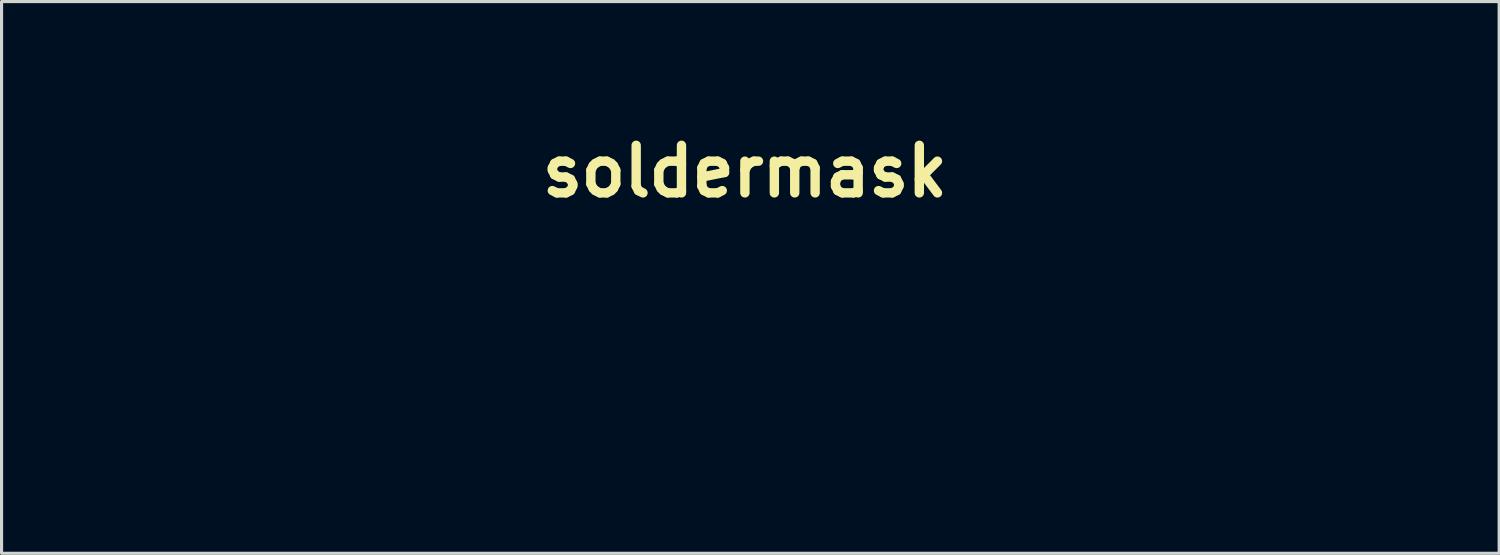
<source format=kicad_pcb>
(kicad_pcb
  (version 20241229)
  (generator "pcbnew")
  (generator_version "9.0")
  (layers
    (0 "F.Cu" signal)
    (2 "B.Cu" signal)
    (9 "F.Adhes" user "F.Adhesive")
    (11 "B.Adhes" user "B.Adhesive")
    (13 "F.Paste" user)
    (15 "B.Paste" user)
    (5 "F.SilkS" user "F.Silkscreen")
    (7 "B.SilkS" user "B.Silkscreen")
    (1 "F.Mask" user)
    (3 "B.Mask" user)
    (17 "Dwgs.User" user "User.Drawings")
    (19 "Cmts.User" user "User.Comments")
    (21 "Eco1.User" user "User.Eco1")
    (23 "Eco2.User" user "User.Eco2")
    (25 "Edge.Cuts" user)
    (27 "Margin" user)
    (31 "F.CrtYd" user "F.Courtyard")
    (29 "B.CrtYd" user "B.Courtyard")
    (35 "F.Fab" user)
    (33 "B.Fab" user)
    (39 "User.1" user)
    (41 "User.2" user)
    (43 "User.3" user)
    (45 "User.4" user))
  (footprint "soldermask"
    (layer "F.Cu")
    (at 20.815 2.44)
    (property "Reference" "soldermask" (at 0 0 0) (layer "F.SilkS") (effects (font (size 1.524 1.524) (thickness 0.3))))
    (attr through_hole)
    (fp_poly (pts (xy -3.802 -2.337) (xy -3.712 -2.03) (xy -3.637 -1.726) (xy -3.576 -1.418) (xy -3.529 -1.101) (xy -3.509 -0.937) (xy -3.503 -0.867) (xy -3.498 -0.78) (xy -3.494 -0.679) (xy -3.49 -0.569) (xy -3.487 -0.452) (xy -3.486 -0.334) (xy -3.485 -0.217) (xy -3.485 -0.107) (xy -3.487 -0.005) (xy -3.49 0.083) (xy -3.493 0.143) (xy -3.523 0.471) (xy -3.566 0.785) (xy -3.612 1.038) (xy -3.637 1.154) (xy -3.666 1.278) (xy -3.698 1.404) (xy -3.732 1.529) (xy -3.766 1.646) (xy -3.799 1.753) (xy -3.83 1.844) (xy -3.834 1.856) (xy -3.857 1.916) (xy -5.548 1.916) (xy -5.548 -2.435) (xy -3.834 -2.435) (xy -3.802 -2.337)) (stroke (width 0.01) (type solid)) (fill yes) (layer "F.Mask"))
    (fp_poly (pts (xy 18.574 8.088) (xy 18.679 8.114) (xy 18.774 8.156) (xy 18.858 8.213) (xy 18.93 8.282) (xy 18.986 8.362) (xy 19.027 8.452) (xy 19.051 8.551) (xy 19.055 8.656) (xy 19.054 8.672) (xy 19.036 8.776) (xy 19 8.872) (xy 18.948 8.96) (xy 18.881 9.036) (xy 18.802 9.1) (xy 18.712 9.15) (xy 18.614 9.185) (xy 18.51 9.204) (xy 18.401 9.203) (xy 18.375 9.2) (xy 18.266 9.176) (xy 18.166 9.133) (xy 18.077 9.074) (xy 18.001 9) (xy 17.94 8.912) (xy 17.896 8.817) (xy 17.876 8.736) (xy 17.868 8.646) (xy 17.873 8.555) (xy 17.889 8.47) (xy 17.892 8.458) (xy 17.933 8.364) (xy 17.99 8.281) (xy 18.062 8.211) (xy 18.147 8.155) (xy 18.244 8.113) (xy 18.35 8.087) (xy 18.46 8.079) (xy 18.574 8.088)) (stroke (width 0.01) (type solid)) (fill yes) (layer "F.Mask"))
    (fp_poly (pts (xy -1.651 5.279) (xy -1.543 5.302) (xy -1.445 5.343) (xy -1.355 5.404) (xy -1.302 5.451) (xy -1.233 5.534) (xy -1.183 5.622) (xy -1.152 5.715) (xy -1.138 5.809) (xy -1.141 5.904) (xy -1.16 5.996) (xy -1.195 6.083) (xy -1.245 6.164) (xy -1.309 6.237) (xy -1.388 6.298) (xy -1.479 6.346) (xy -1.578 6.379) (xy -1.654 6.39) (xy -1.74 6.394) (xy -1.827 6.389) (xy -1.905 6.376) (xy -1.913 6.374) (xy -2.005 6.343) (xy -2.083 6.302) (xy -2.154 6.246) (xy -2.161 6.24) (xy -2.227 6.164) (xy -2.275 6.079) (xy -2.305 5.983) (xy -2.318 5.876) (xy -2.319 5.844) (xy -2.31 5.732) (xy -2.283 5.631) (xy -2.238 5.54) (xy -2.174 5.458) (xy -2.17 5.454) (xy -2.089 5.382) (xy -2.001 5.329) (xy -1.904 5.294) (xy -1.795 5.277) (xy -1.768 5.275) (xy -1.651 5.279)) (stroke (width 0.01) (type solid)) (fill yes) (layer "F.Mask"))
    (fp_poly (pts (xy 9.39 3.612) (xy 9.46 3.618) (xy 9.512 3.627) (xy 9.609 3.663) (xy 9.7 3.716) (xy 9.782 3.785) (xy 9.85 3.866) (xy 9.859 3.88) (xy 9.906 3.97) (xy 9.935 4.068) (xy 9.946 4.17) (xy 9.939 4.271) (xy 9.914 4.369) (xy 9.871 4.46) (xy 9.863 4.472) (xy 9.801 4.55) (xy 9.723 4.616) (xy 9.634 4.668) (xy 9.534 4.705) (xy 9.428 4.727) (xy 9.318 4.732) (xy 9.207 4.72) (xy 9.192 4.716) (xy 9.089 4.684) (xy 8.998 4.636) (xy 8.921 4.572) (xy 8.859 4.495) (xy 8.813 4.406) (xy 8.793 4.346) (xy 8.785 4.302) (xy 8.78 4.244) (xy 8.777 4.182) (xy 8.777 4.174) (xy 8.778 4.115) (xy 8.783 4.068) (xy 8.791 4.026) (xy 8.804 3.984) (xy 8.848 3.884) (xy 8.908 3.797) (xy 8.983 3.726) (xy 9.071 3.67) (xy 9.171 3.63) (xy 9.185 3.627) (xy 9.244 3.616) (xy 9.315 3.611) (xy 9.39 3.612)) (stroke (width 0.01) (type solid)) (fill yes) (layer "F.Mask"))
    (fp_poly (pts (xy -17.992 5.852) (xy -17.927 5.859) (xy -17.904 5.864) (xy -17.801 5.9) (xy -17.71 5.953) (xy -17.631 6.021) (xy -17.566 6.103) (xy -17.518 6.197) (xy -17.496 6.264) (xy -17.481 6.359) (xy -17.482 6.461) (xy -17.499 6.564) (xy -17.531 6.66) (xy -17.541 6.681) (xy -17.57 6.729) (xy -17.613 6.781) (xy -17.663 6.832) (xy -17.715 6.876) (xy -17.764 6.907) (xy -17.765 6.908) (xy -17.863 6.947) (xy -17.97 6.969) (xy -18.081 6.976) (xy -18.189 6.965) (xy -18.23 6.956) (xy -18.331 6.919) (xy -18.42 6.865) (xy -18.495 6.795) (xy -18.557 6.71) (xy -18.603 6.611) (xy -18.604 6.607) (xy -18.615 6.574) (xy -18.622 6.542) (xy -18.626 6.505) (xy -18.628 6.459) (xy -18.628 6.4) (xy -18.628 6.34) (xy -18.625 6.295) (xy -18.621 6.261) (xy -18.614 6.231) (xy -18.604 6.201) (xy -18.603 6.199) (xy -18.556 6.102) (xy -18.496 6.021) (xy -18.422 5.955) (xy -18.333 5.903) (xy -18.264 5.875) (xy -18.209 5.862) (xy -18.14 5.853) (xy -18.066 5.85) (xy -17.992 5.852)) (stroke (width 0.01) (type solid)) (fill yes) (layer "F.Mask"))
    (fp_poly (pts (xy -8.23 5.84) (xy -8.185 5.841) (xy -8.151 5.845) (xy -8.12 5.851) (xy -8.089 5.861) (xy -8.068 5.868) (xy -7.97 5.915) (xy -7.885 5.978) (xy -7.815 6.054) (xy -7.761 6.143) (xy -7.724 6.243) (xy -7.724 6.244) (xy -7.713 6.304) (xy -7.709 6.376) (xy -7.71 6.451) (xy -7.718 6.519) (xy -7.724 6.548) (xy -7.759 6.643) (xy -7.813 6.73) (xy -7.882 6.806) (xy -7.964 6.869) (xy -8.057 6.917) (xy -8.128 6.94) (xy -8.18 6.949) (xy -8.244 6.954) (xy -8.314 6.955) (xy -8.381 6.951) (xy -8.439 6.944) (xy -8.458 6.939) (xy -8.561 6.902) (xy -8.653 6.849) (xy -8.731 6.782) (xy -8.796 6.704) (xy -8.845 6.616) (xy -8.877 6.521) (xy -8.891 6.421) (xy -8.887 6.317) (xy -8.877 6.269) (xy -8.844 6.171) (xy -8.792 6.081) (xy -8.723 6.002) (xy -8.64 5.934) (xy -8.544 5.881) (xy -8.502 5.864) (xy -8.47 5.854) (xy -8.44 5.846) (xy -8.406 5.842) (xy -8.363 5.84) (xy -8.305 5.839) (xy -8.29 5.839) (xy -8.23 5.84)) (stroke (width 0.01) (type solid)) (fill yes) (layer "F.Mask"))
    (fp_poly (pts (xy 5.95 1.916) (xy 1.547 1.916) (xy 1.536 1.877) (xy 1.505 1.753) (xy 1.475 1.611) (xy 1.445 1.455) (xy 1.416 1.287) (xy 1.388 1.111) (xy 1.363 0.929) (xy 1.339 0.746) (xy 1.319 0.563) (xy 1.303 0.385) (xy 1.3 0.355) (xy 1.296 0.283) (xy 1.292 0.193) (xy 1.289 0.089) (xy 1.287 -0.027) (xy 1.286 -0.15) (xy 1.286 -0.278) (xy 1.287 -0.407) (xy 1.288 -0.534) (xy 1.291 -0.656) (xy 1.294 -0.768) (xy 1.298 -0.869) (xy 1.303 -0.955) (xy 1.306 -0.995) (xy 1.322 -1.174) (xy 1.343 -1.358) (xy 1.366 -1.54) (xy 1.39 -1.714) (xy 1.409 -1.828) (xy 1.419 -1.884) (xy 1.431 -1.949) (xy 1.444 -2.02) (xy 1.459 -2.094) (xy 1.474 -2.168) (xy 1.488 -2.238) (xy 1.501 -2.301) (xy 1.513 -2.355) (xy 1.523 -2.396) (xy 1.529 -2.421) (xy 1.532 -2.427) (xy 1.543 -2.428) (xy 1.574 -2.429) (xy 1.624 -2.429) (xy 1.692 -2.43) (xy 1.778 -2.431) (xy 1.88 -2.431) (xy 1.998 -2.432) (xy 2.129 -2.433) (xy 2.274 -2.433) (xy 2.431 -2.434) (xy 2.6 -2.434) (xy 2.778 -2.434) (xy 2.967 -2.435) (xy 3.163 -2.435) (xy 3.367 -2.435) (xy 3.577 -2.435) (xy 3.743 -2.435) (xy 5.95 -2.435) (xy 5.95 1.916)) (stroke (width 0.01) (type solid)) (fill yes) (layer "F.Mask"))
    (fp_poly (pts (xy 9.441 5.519) (xy 9.504 5.525) (xy 9.548 5.532) (xy 9.643 5.564) (xy 9.724 5.61) (xy 9.79 5.671) (xy 9.843 5.749) (xy 9.882 5.842) (xy 9.891 5.871) (xy 9.894 5.884) (xy 9.897 5.897) (xy 9.9 5.911) (xy 9.903 5.927) (xy 9.905 5.947) (xy 9.907 5.971) (xy 9.909 6.002) (xy 9.91 6.039) (xy 9.911 6.085) (xy 9.912 6.14) (xy 9.913 6.206) (xy 9.914 6.284) (xy 9.915 6.376) (xy 9.915 6.481) (xy 9.916 6.603) (xy 9.917 6.741) (xy 9.917 6.898) (xy 9.918 7.074) (xy 9.918 7.168) (xy 9.919 7.336) (xy 9.919 7.502) (xy 9.919 7.662) (xy 9.919 7.816) (xy 9.918 7.962) (xy 9.918 8.098) (xy 9.917 8.223) (xy 9.917 8.335) (xy 9.916 8.432) (xy 9.915 8.513) (xy 9.913 8.575) (xy 9.912 8.618) (xy 9.908 8.698) (xy 9.905 8.76) (xy 9.901 8.807) (xy 9.897 8.844) (xy 9.892 8.874) (xy 9.885 8.899) (xy 9.877 8.925) (xy 9.876 8.928) (xy 9.834 9.014) (xy 9.78 9.085) (xy 9.71 9.141) (xy 9.626 9.183) (xy 9.526 9.211) (xy 9.457 9.222) (xy 9.403 9.227) (xy 9.359 9.23) (xy 9.318 9.23) (xy 9.271 9.227) (xy 9.211 9.221) (xy 9.106 9.202) (xy 9.017 9.167) (xy 8.941 9.117) (xy 8.881 9.052) (xy 8.836 8.972) (xy 8.818 8.925) (xy 8.813 8.906) (xy 8.808 8.882) (xy 8.804 8.853) (xy 8.8 8.817) (xy 8.796 8.774) (xy 8.793 8.722) (xy 8.791 8.66) (xy 8.788 8.589) (xy 8.786 8.505) (xy 8.785 8.409) (xy 8.784 8.3) (xy 8.783 8.176) (xy 8.782 8.037) (xy 8.782 7.881) (xy 8.782 7.707) (xy 8.782 7.515) (xy 8.782 7.304) (xy 8.783 7.168) (xy 8.783 6.984) (xy 8.783 6.819) (xy 8.784 6.674) (xy 8.784 6.545) (xy 8.785 6.434) (xy 8.785 6.337) (xy 8.786 6.254) (xy 8.787 6.183) (xy 8.788 6.124) (xy 8.789 6.074) (xy 8.79 6.034) (xy 8.792 6.001) (xy 8.794 5.975) (xy 8.796 5.953) (xy 8.798 5.936) (xy 8.801 5.921) (xy 8.804 5.908) (xy 8.807 5.894) (xy 8.808 5.894) (xy 8.822 5.846) (xy 8.84 5.798) (xy 8.857 5.76) (xy 8.858 5.759) (xy 8.906 5.691) (xy 8.971 5.63) (xy 9.049 5.58) (xy 9.134 5.543) (xy 9.188 5.528) (xy 9.238 5.521) (xy 9.301 5.517) (xy 9.371 5.517) (xy 9.441 5.519)) (stroke (width 0.01) (type solid)) (fill yes) (layer "F.Mask"))
    (fp_poly (pts (xy -10.018 -2.326) (xy -9.921 -2.322) (xy -9.867 -2.316) (xy -9.667 -2.282) (xy -9.472 -2.228) (xy -9.285 -2.155) (xy -9.106 -2.062) (xy -8.937 -1.952) (xy -8.78 -1.824) (xy -8.679 -1.727) (xy -8.587 -1.628) (xy -8.51 -1.535) (xy -8.443 -1.441) (xy -8.382 -1.341) (xy -8.323 -1.23) (xy -8.308 -1.199) (xy -8.256 -1.085) (xy -8.216 -0.98) (xy -8.183 -0.874) (xy -8.157 -0.77) (xy -8.122 -0.566) (xy -8.108 -0.363) (xy -8.114 -0.162) (xy -8.14 0.035) (xy -8.184 0.227) (xy -8.248 0.413) (xy -8.329 0.592) (xy -8.428 0.763) (xy -8.544 0.923) (xy -8.677 1.073) (xy -8.826 1.211) (xy -8.99 1.334) (xy -9.013 1.35) (xy -9.182 1.449) (xy -9.36 1.531) (xy -9.55 1.597) (xy -9.752 1.646) (xy -9.775 1.651) (xy -9.83 1.658) (xy -9.9 1.664) (xy -9.981 1.668) (xy -10.069 1.671) (xy -10.158 1.671) (xy -10.243 1.67) (xy -10.319 1.666) (xy -10.381 1.66) (xy -10.39 1.659) (xy -10.592 1.62) (xy -10.786 1.562) (xy -10.971 1.485) (xy -11.147 1.391) (xy -11.313 1.279) (xy -11.466 1.152) (xy -11.606 1.011) (xy -11.732 0.854) (xy -11.842 0.685) (xy -11.92 0.538) (xy -11.998 0.349) (xy -12.057 0.155) (xy -12.096 -0.043) (xy -12.114 -0.241) (xy -12.113 -0.395) (xy -11.402 -0.395) (xy -11.401 -0.236) (xy -11.381 -0.077) (xy -11.341 0.073) (xy -11.279 0.226) (xy -11.2 0.367) (xy -11.105 0.497) (xy -10.995 0.613) (xy -10.871 0.715) (xy -10.735 0.802) (xy -10.588 0.873) (xy -10.432 0.925) (xy -10.326 0.949) (xy -10.271 0.957) (xy -10.202 0.961) (xy -10.124 0.962) (xy -10.043 0.96) (xy -9.966 0.956) (xy -9.898 0.949) (xy -9.845 0.94) (xy -9.844 0.94) (xy -9.679 0.89) (xy -9.528 0.824) (xy -9.388 0.742) (xy -9.261 0.643) (xy -9.203 0.589) (xy -9.095 0.467) (xy -9.002 0.332) (xy -8.927 0.186) (xy -8.869 0.031) (xy -8.837 -0.098) (xy -8.83 -0.15) (xy -8.825 -0.216) (xy -8.823 -0.291) (xy -8.823 -0.369) (xy -8.826 -0.444) (xy -8.831 -0.509) (xy -8.837 -0.554) (xy -8.879 -0.718) (xy -8.94 -0.871) (xy -9.018 -1.013) (xy -9.115 -1.146) (xy -9.198 -1.237) (xy -9.324 -1.349) (xy -9.458 -1.442) (xy -9.601 -1.515) (xy -9.752 -1.569) (xy -9.91 -1.603) (xy -10.076 -1.617) (xy -10.113 -1.618) (xy -10.276 -1.608) (xy -10.431 -1.58) (xy -10.58 -1.532) (xy -10.725 -1.464) (xy -10.824 -1.405) (xy -10.887 -1.359) (xy -10.956 -1.3) (xy -11.026 -1.231) (xy -11.094 -1.159) (xy -11.155 -1.086) (xy -11.203 -1.019) (xy -11.213 -1.004) (xy -11.288 -0.861) (xy -11.346 -0.71) (xy -11.384 -0.554) (xy -11.402 -0.395) (xy -12.113 -0.395) (xy -12.113 -0.441) (xy -12.092 -0.638) (xy -12.052 -0.834) (xy -11.991 -1.025) (xy -11.912 -1.21) (xy -11.813 -1.389) (xy -11.785 -1.432) (xy -11.663 -1.597) (xy -11.527 -1.748) (xy -11.377 -1.883) (xy -11.215 -2.002) (xy -11.04 -2.104) (xy -10.855 -2.189) (xy -10.66 -2.256) (xy -10.517 -2.291) (xy -10.435 -2.305) (xy -10.338 -2.316) (xy -10.233 -2.323) (xy -10.124 -2.326) (xy -10.018 -2.326)) (stroke (width 0.01) (type solid)) (fill yes) (layer "F.Mask"))
    (fp_poly (pts (xy 10.507 -2.281) (xy 10.574 -2.281) (xy 10.627 -2.279) (xy 10.671 -2.277) (xy 10.708 -2.273) (xy 10.744 -2.268) (xy 10.782 -2.261) (xy 10.821 -2.253) (xy 11.023 -2.199) (xy 11.215 -2.127) (xy 11.397 -2.037) (xy 11.567 -1.932) (xy 11.724 -1.81) (xy 11.868 -1.674) (xy 11.998 -1.524) (xy 12.113 -1.361) (xy 12.211 -1.186) (xy 12.293 -1.001) (xy 12.357 -0.805) (xy 12.39 -0.667) (xy 12.398 -0.625) (xy 12.404 -0.587) (xy 12.408 -0.548) (xy 12.411 -0.505) (xy 12.413 -0.453) (xy 12.414 -0.389) (xy 12.414 -0.309) (xy 12.414 -0.286) (xy 12.414 -0.201) (xy 12.413 -0.133) (xy 12.412 -0.079) (xy 12.409 -0.033) (xy 12.405 0.006) (xy 12.399 0.044) (xy 12.392 0.084) (xy 12.39 0.094) (xy 12.338 0.296) (xy 12.269 0.488) (xy 12.182 0.67) (xy 12.078 0.841) (xy 11.958 0.999) (xy 11.824 1.144) (xy 11.677 1.276) (xy 11.516 1.392) (xy 11.344 1.492) (xy 11.161 1.576) (xy 10.967 1.642) (xy 10.765 1.689) (xy 10.762 1.69) (xy 10.715 1.696) (xy 10.651 1.702) (xy 10.576 1.706) (xy 10.495 1.709) (xy 10.413 1.711) (xy 10.333 1.711) (xy 10.263 1.71) (xy 10.205 1.707) (xy 10.175 1.704) (xy 9.981 1.668) (xy 9.792 1.615) (xy 9.61 1.546) (xy 9.44 1.463) (xy 9.308 1.382) (xy 9.141 1.258) (xy 8.99 1.119) (xy 8.855 0.968) (xy 8.737 0.804) (xy 8.637 0.629) (xy 8.554 0.444) (xy 8.489 0.25) (xy 8.444 0.048) (xy 8.427 -0.068) (xy 8.421 -0.147) (xy 8.418 -0.24) (xy 8.42 -0.323) (xy 9.133 -0.323) (xy 9.133 -0.281) (xy 9.134 -0.209) (xy 9.135 -0.154) (xy 9.138 -0.11) (xy 9.142 -0.073) (xy 9.149 -0.037) (xy 9.158 0.001) (xy 9.161 0.013) (xy 9.215 0.177) (xy 9.286 0.328) (xy 9.373 0.467) (xy 9.475 0.593) (xy 9.592 0.704) (xy 9.721 0.799) (xy 9.864 0.879) (xy 10.018 0.941) (xy 10.091 0.963) (xy 10.224 0.991) (xy 10.365 1.004) (xy 10.508 1.003) (xy 10.631 0.989) (xy 10.79 0.951) (xy 10.94 0.895) (xy 11.081 0.823) (xy 11.21 0.734) (xy 11.327 0.632) (xy 11.431 0.516) (xy 11.52 0.389) (xy 11.593 0.252) (xy 11.65 0.106) (xy 11.688 -0.047) (xy 11.708 -0.207) (xy 11.71 -0.284) (xy 11.7 -0.451) (xy 11.67 -0.612) (xy 11.62 -0.765) (xy 11.551 -0.91) (xy 11.463 -1.047) (xy 11.356 -1.174) (xy 11.356 -1.174) (xy 11.233 -1.288) (xy 11.1 -1.384) (xy 10.958 -1.461) (xy 10.808 -1.519) (xy 10.652 -1.558) (xy 10.489 -1.576) (xy 10.424 -1.578) (xy 10.256 -1.568) (xy 10.095 -1.537) (xy 9.941 -1.488) (xy 9.795 -1.418) (xy 9.657 -1.329) (xy 9.528 -1.22) (xy 9.418 -1.103) (xy 9.325 -0.973) (xy 9.248 -0.83) (xy 9.188 -0.674) (xy 9.162 -0.585) (xy 9.151 -0.542) (xy 9.143 -0.505) (xy 9.138 -0.47) (xy 9.135 -0.431) (xy 9.133 -0.383) (xy 9.133 -0.323) (xy 8.42 -0.323) (xy 8.42 -0.341) (xy 8.425 -0.444) (xy 8.433 -0.541) (xy 8.444 -0.628) (xy 8.448 -0.655) (xy 8.496 -0.851) (xy 8.562 -1.04) (xy 8.646 -1.221) (xy 8.747 -1.391) (xy 8.864 -1.551) (xy 8.996 -1.698) (xy 9.141 -1.831) (xy 9.299 -1.95) (xy 9.469 -2.053) (xy 9.649 -2.139) (xy 9.79 -2.191) (xy 9.877 -2.218) (xy 9.954 -2.239) (xy 10.025 -2.255) (xy 10.096 -2.267) (xy 10.172 -2.275) (xy 10.256 -2.279) (xy 10.353 -2.281) (xy 10.424 -2.281) (xy 10.507 -2.281)) (stroke (width 0.01) (type solid)) (fill yes) (layer "F.Mask"))
    (fp_poly (pts (xy 18.856 3.599) (xy 18.862 3.6) (xy 18.97 3.61) (xy 19.069 3.639) (xy 19.158 3.687) (xy 19.237 3.754) (xy 19.306 3.84) (xy 19.36 3.932) (xy 19.372 3.96) (xy 19.392 4.005) (xy 19.417 4.066) (xy 19.447 4.14) (xy 19.482 4.226) (xy 19.519 4.321) (xy 19.559 4.423) (xy 19.601 4.53) (xy 19.634 4.617) (xy 19.668 4.702) (xy 19.708 4.806) (xy 19.754 4.925) (xy 19.806 5.059) (xy 19.862 5.204) (xy 19.923 5.359) (xy 19.986 5.523) (xy 20.052 5.692) (xy 20.12 5.866) (xy 20.189 6.042) (xy 20.257 6.218) (xy 20.326 6.393) (xy 20.374 6.517) (xy 20.464 6.748) (xy 20.547 6.959) (xy 20.623 7.153) (xy 20.692 7.33) (xy 20.754 7.49) (xy 20.81 7.634) (xy 20.861 7.764) (xy 20.906 7.88) (xy 20.946 7.983) (xy 20.981 8.073) (xy 21.012 8.153) (xy 21.038 8.221) (xy 21.061 8.281) (xy 21.08 8.331) (xy 21.096 8.373) (xy 21.109 8.408) (xy 21.119 8.436) (xy 21.128 8.459) (xy 21.134 8.478) (xy 21.139 8.492) (xy 21.14 8.497) (xy 21.149 8.532) (xy 21.155 8.573) (xy 21.158 8.625) (xy 21.159 8.692) (xy 21.16 8.708) (xy 21.159 8.768) (xy 21.158 8.811) (xy 21.156 8.842) (xy 21.151 8.867) (xy 21.142 8.891) (xy 21.131 8.917) (xy 21.127 8.925) (xy 21.104 8.968) (xy 21.077 9.009) (xy 21.056 9.037) (xy 20.998 9.089) (xy 20.922 9.136) (xy 20.831 9.174) (xy 20.73 9.203) (xy 20.657 9.217) (xy 20.599 9.225) (xy 20.554 9.23) (xy 20.517 9.23) (xy 20.479 9.227) (xy 20.437 9.221) (xy 20.355 9.198) (xy 20.281 9.157) (xy 20.213 9.098) (xy 20.151 9.019) (xy 20.093 8.92) (xy 20.091 8.915) (xy 20.085 8.904) (xy 20.077 8.885) (xy 20.066 8.858) (xy 20.051 8.823) (xy 20.033 8.778) (xy 20.011 8.723) (xy 19.985 8.658) (xy 19.954 8.581) (xy 19.919 8.493) (xy 19.879 8.393) (xy 19.835 8.28) (xy 19.785 8.153) (xy 19.729 8.012) (xy 19.668 7.857) (xy 19.601 7.686) (xy 19.528 7.5) (xy 19.448 7.297) (xy 19.362 7.077) (xy 19.268 6.839) (xy 19.168 6.584) (xy 19.06 6.309) (xy 19.005 6.167) (xy 18.922 5.956) (xy 18.847 5.765) (xy 18.779 5.592) (xy 18.717 5.437) (xy 18.663 5.301) (xy 18.616 5.181) (xy 18.575 5.079) (xy 18.54 4.993) (xy 18.512 4.923) (xy 18.489 4.869) (xy 18.472 4.829) (xy 18.461 4.805) (xy 18.455 4.794) (xy 18.45 4.802) (xy 18.438 4.827) (xy 18.42 4.869) (xy 18.397 4.924) (xy 18.37 4.991) (xy 18.339 5.068) (xy 18.305 5.152) (xy 18.286 5.202) (xy 18.185 5.458) (xy 18.086 5.712) (xy 17.988 5.963) (xy 17.892 6.208) (xy 17.798 6.447) (xy 17.707 6.679) (xy 17.62 6.903) (xy 17.536 7.117) (xy 17.456 7.32) (xy 17.382 7.512) (xy 17.312 7.69) (xy 17.248 7.854) (xy 17.19 8.003) (xy 17.138 8.135) (xy 17.094 8.249) (xy 17.067 8.317) (xy 17.026 8.422) (xy 16.987 8.523) (xy 16.949 8.618) (xy 16.914 8.705) (xy 16.883 8.782) (xy 16.856 8.847) (xy 16.835 8.897) (xy 16.82 8.931) (xy 16.815 8.941) (xy 16.776 9.006) (xy 16.725 9.067) (xy 16.669 9.122) (xy 16.612 9.166) (xy 16.565 9.191) (xy 16.536 9.201) (xy 16.51 9.209) (xy 16.48 9.213) (xy 16.442 9.215) (xy 16.39 9.216) (xy 16.353 9.216) (xy 16.241 9.212) (xy 16.145 9.198) (xy 16.061 9.174) (xy 15.987 9.138) (xy 15.919 9.09) (xy 15.89 9.065) (xy 15.828 8.993) (xy 15.783 8.91) (xy 15.757 8.817) (xy 15.748 8.713) (xy 15.757 8.599) (xy 15.776 8.506) (xy 15.78 8.493) (xy 15.785 8.476) (xy 15.791 8.457) (xy 15.799 8.432) (xy 15.81 8.403) (xy 15.823 8.367) (xy 15.839 8.324) (xy 15.858 8.273) (xy 15.88 8.214) (xy 15.906 8.145) (xy 15.937 8.066) (xy 15.972 7.976) (xy 16.011 7.874) (xy 16.056 7.759) (xy 16.106 7.63) (xy 16.161 7.487) (xy 16.223 7.329) (xy 16.291 7.155) (xy 16.366 6.963) (xy 16.447 6.755) (xy 16.536 6.527) (xy 16.575 6.427) (xy 16.681 6.157) (xy 16.779 5.906) (xy 16.87 5.674) (xy 16.953 5.459) (xy 17.03 5.262) (xy 17.101 5.082) (xy 17.165 4.917) (xy 17.223 4.769) (xy 17.275 4.635) (xy 17.322 4.515) (xy 17.363 4.409) (xy 17.399 4.317) (xy 17.431 4.237) (xy 17.457 4.168) (xy 17.479 4.111) (xy 17.497 4.065) (xy 17.511 4.029) (xy 17.516 4.017) (xy 17.564 3.907) (xy 17.617 3.817) (xy 17.676 3.745) (xy 17.743 3.687) (xy 17.819 3.643) (xy 17.85 3.63) (xy 17.865 3.624) (xy 17.881 3.619) (xy 17.898 3.615) (xy 17.92 3.612) (xy 17.949 3.61) (xy 17.987 3.608) (xy 18.035 3.606) (xy 18.097 3.605) (xy 18.174 3.604) (xy 18.268 3.603) (xy 18.343 3.602) (xy 18.441 3.602) (xy 18.535 3.601) (xy 18.623 3.6) (xy 18.702 3.6) (xy 18.769 3.6) (xy 18.821 3.599) (xy 18.856 3.599)) (stroke (width 0.01) (type solid)) (fill yes) (layer "F.Mask"))
    (fp_poly (pts (xy -7.562 3.583) (xy -7.388 3.584) (xy -7.216 3.586) (xy -7.163 3.587) (xy -7.02 3.588) (xy -6.897 3.59) (xy -6.792 3.592) (xy -6.703 3.594) (xy -6.629 3.595) (xy -6.568 3.597) (xy -6.519 3.599) (xy -6.479 3.601) (xy -6.448 3.603) (xy -6.423 3.605) (xy -6.404 3.608) (xy -6.388 3.612) (xy -6.374 3.616) (xy -6.366 3.618) (xy -6.274 3.657) (xy -6.2 3.708) (xy -6.141 3.772) (xy -6.098 3.85) (xy -6.069 3.944) (xy -6.068 3.947) (xy -6.062 3.994) (xy -6.058 4.055) (xy -6.057 4.125) (xy -6.058 4.196) (xy -6.062 4.263) (xy -6.068 4.318) (xy -6.072 4.34) (xy -6.105 4.436) (xy -6.152 4.518) (xy -6.215 4.585) (xy -6.294 4.639) (xy -6.389 4.678) (xy -6.419 4.687) (xy -6.43 4.69) (xy -6.445 4.692) (xy -6.464 4.694) (xy -6.488 4.696) (xy -6.518 4.698) (xy -6.555 4.7) (xy -6.602 4.701) (xy -6.658 4.703) (xy -6.726 4.704) (xy -6.805 4.705) (xy -6.899 4.706) (xy -7.006 4.707) (xy -7.13 4.708) (xy -7.271 4.709) (xy -7.429 4.71) (xy -7.608 4.711) (xy -7.713 4.712) (xy -7.904 4.713) (xy -8.074 4.714) (xy -8.226 4.715) (xy -8.361 4.716) (xy -8.48 4.717) (xy -8.584 4.718) (xy -8.674 4.719) (xy -8.753 4.721) (xy -8.82 4.723) (xy -8.879 4.725) (xy -8.928 4.728) (xy -8.971 4.731) (xy -9.009 4.735) (xy -9.042 4.739) (xy -9.072 4.744) (xy -9.1 4.75) (xy -9.128 4.756) (xy -9.156 4.764) (xy -9.187 4.772) (xy -9.221 4.781) (xy -9.399 4.84) (xy -9.569 4.917) (xy -9.728 5.01) (xy -9.876 5.119) (xy -10.011 5.242) (xy -10.131 5.379) (xy -10.235 5.527) (xy -10.322 5.686) (xy -10.373 5.805) (xy -10.414 5.92) (xy -10.446 6.043) (xy -10.452 6.071) (xy -10.463 6.137) (xy -10.471 6.217) (xy -10.476 6.307) (xy -10.478 6.402) (xy -10.476 6.495) (xy -10.472 6.582) (xy -10.465 6.658) (xy -10.457 6.702) (xy -10.411 6.882) (xy -10.351 7.048) (xy -10.275 7.201) (xy -10.183 7.345) (xy -10.074 7.481) (xy -9.966 7.592) (xy -9.835 7.705) (xy -9.688 7.806) (xy -9.531 7.893) (xy -9.366 7.964) (xy -9.198 8.017) (xy -9.187 8.019) (xy -9.156 8.027) (xy -9.128 8.034) (xy -9.102 8.04) (xy -9.076 8.046) (xy -9.05 8.05) (xy -9.02 8.054) (xy -8.988 8.058) (xy -8.95 8.061) (xy -8.907 8.064) (xy -8.855 8.066) (xy -8.796 8.068) (xy -8.726 8.07) (xy -8.644 8.071) (xy -8.551 8.072) (xy -8.443 8.073) (xy -8.32 8.074) (xy -8.181 8.075) (xy -8.024 8.076) (xy -7.847 8.077) (xy -7.724 8.078) (xy -7.537 8.079) (xy -7.369 8.08) (xy -7.221 8.081) (xy -7.09 8.082) (xy -6.975 8.083) (xy -6.876 8.084) (xy -6.79 8.085) (xy -6.717 8.086) (xy -6.655 8.087) (xy -6.604 8.088) (xy -6.562 8.09) (xy -6.528 8.091) (xy -6.5 8.093) (xy -6.478 8.095) (xy -6.46 8.098) (xy -6.444 8.1) (xy -6.431 8.103) (xy -6.418 8.107) (xy -6.413 8.108) (xy -6.315 8.142) (xy -6.235 8.188) (xy -6.171 8.246) (xy -6.121 8.318) (xy -6.084 8.406) (xy -6.07 8.452) (xy -6.062 8.5) (xy -6.058 8.561) (xy -6.057 8.632) (xy -6.058 8.705) (xy -6.063 8.777) (xy -6.071 8.84) (xy -6.081 8.891) (xy -6.085 8.905) (xy -6.125 8.992) (xy -6.177 9.062) (xy -6.241 9.116) (xy -6.286 9.142) (xy -6.31 9.154) (xy -6.332 9.163) (xy -6.356 9.172) (xy -6.382 9.179) (xy -6.413 9.184) (xy -6.449 9.189) (xy -6.494 9.193) (xy -6.547 9.195) (xy -6.613 9.197) (xy -6.691 9.199) (xy -6.783 9.2) (xy -6.893 9.2) (xy -7.02 9.201) (xy -7.133 9.201) (xy -7.268 9.201) (xy -7.383 9.201) (xy -7.48 9.201) (xy -7.56 9.202) (xy -7.625 9.203) (xy -7.676 9.204) (xy -7.715 9.205) (xy -7.744 9.207) (xy -7.763 9.209) (xy -7.775 9.211) (xy -7.781 9.214) (xy -7.782 9.217) (xy -7.789 9.23) (xy -7.795 9.231) (xy -7.809 9.23) (xy -7.841 9.229) (xy -7.888 9.227) (xy -7.947 9.225) (xy -8.016 9.223) (xy -8.073 9.221) (xy -8.248 9.215) (xy -8.403 9.21) (xy -8.541 9.204) (xy -8.663 9.199) (xy -8.771 9.194) (xy -8.867 9.188) (xy -8.952 9.182) (xy -9.029 9.175) (xy -9.099 9.168) (xy -9.164 9.16) (xy -9.226 9.152) (xy -9.286 9.142) (xy -9.343 9.132) (xy -9.582 9.077) (xy -9.813 9.004) (xy -10.034 8.912) (xy -10.245 8.803) (xy -10.445 8.676) (xy -10.633 8.532) (xy -10.808 8.371) (xy -10.827 8.352) (xy -10.989 8.172) (xy -11.133 7.98) (xy -11.258 7.778) (xy -11.366 7.566) (xy -11.454 7.343) (xy -11.525 7.111) (xy -11.577 6.869) (xy -11.61 6.618) (xy -11.621 6.44) (xy -11.621 6.199) (xy -11.601 5.965) (xy -11.561 5.738) (xy -11.501 5.518) (xy -11.421 5.304) (xy -11.321 5.097) (xy -11.2 4.897) (xy -11.098 4.752) (xy -10.941 4.561) (xy -10.769 4.386) (xy -10.584 4.226) (xy -10.386 4.082) (xy -10.177 3.955) (xy -9.957 3.845) (xy -9.726 3.753) (xy -9.487 3.679) (xy -9.241 3.624) (xy -9.19 3.616) (xy -9.148 3.611) (xy -9.086 3.606) (xy -9.005 3.601) (xy -8.909 3.597) (xy -8.798 3.594) (xy -8.673 3.591) (xy -8.537 3.588) (xy -8.39 3.586) (xy -8.235 3.584) (xy -8.073 3.583) (xy -7.906 3.582) (xy -7.735 3.582) (xy -7.562 3.583)) (stroke (width 0.01) (type solid)) (fill yes) (layer "F.Mask"))
    (fp_poly (pts (xy -18.748 3.606) (xy -18.513 3.608) (xy -18.295 3.613) (xy -18.095 3.62) (xy -17.911 3.63) (xy -17.744 3.641) (xy -17.591 3.654) (xy -17.453 3.67) (xy -17.328 3.688) (xy -17.253 3.701) (xy -17.031 3.753) (xy -16.813 3.826) (xy -16.602 3.918) (xy -16.398 4.03) (xy -16.201 4.162) (xy -16.169 4.185) (xy -16.102 4.239) (xy -16.027 4.304) (xy -15.948 4.378) (xy -15.869 4.456) (xy -15.795 4.533) (xy -15.729 4.606) (xy -15.694 4.648) (xy -15.548 4.845) (xy -15.42 5.051) (xy -15.311 5.264) (xy -15.222 5.483) (xy -15.151 5.708) (xy -15.101 5.936) (xy -15.07 6.167) (xy -15.059 6.4) (xy -15.069 6.634) (xy -15.1 6.868) (xy -15.103 6.886) (xy -15.156 7.118) (xy -15.228 7.342) (xy -15.318 7.559) (xy -15.428 7.771) (xy -15.559 7.978) (xy -15.658 8.116) (xy -15.706 8.175) (xy -15.767 8.243) (xy -15.836 8.317) (xy -15.91 8.393) (xy -15.984 8.465) (xy -16.055 8.531) (xy -16.119 8.586) (xy -16.146 8.608) (xy -16.353 8.755) (xy -16.564 8.882) (xy -16.781 8.988) (xy -17.004 9.074) (xy -17.232 9.14) (xy -17.466 9.185) (xy -17.705 9.211) (xy -17.754 9.213) (xy -17.823 9.215) (xy -17.908 9.218) (xy -18.009 9.219) (xy -18.123 9.221) (xy -18.249 9.223) (xy -18.384 9.224) (xy -18.526 9.225) (xy -18.674 9.226) (xy -18.826 9.226) (xy -18.979 9.226) (xy -19.131 9.226) (xy -19.282 9.226) (xy -19.428 9.226) (xy -19.568 9.225) (xy -19.699 9.223) (xy -19.799 9.222) (xy -19.924 9.22) (xy -20.029 9.219) (xy -20.117 9.217) (xy -20.189 9.215) (xy -20.247 9.213) (xy -20.294 9.211) (xy -20.331 9.208) (xy -20.36 9.205) (xy -20.382 9.201) (xy -20.401 9.197) (xy -20.505 9.161) (xy -20.593 9.111) (xy -20.665 9.046) (xy -20.723 8.967) (xy -20.767 8.872) (xy -20.792 8.788) (xy -20.794 8.778) (xy -20.796 8.766) (xy -20.798 8.752) (xy -20.799 8.734) (xy -20.801 8.711) (xy -20.802 8.684) (xy -20.803 8.65) (xy -20.804 8.61) (xy -20.805 8.562) (xy -20.806 8.505) (xy -20.807 8.439) (xy -20.808 8.362) (xy -20.808 8.274) (xy -20.809 8.174) (xy -20.809 8.061) (xy -20.809 7.934) (xy -20.81 7.792) (xy -20.81 7.635) (xy -20.81 7.462) (xy -20.81 7.271) (xy -20.81 7.063) (xy -20.81 6.835) (xy -20.81 6.587) (xy -20.81 6.437) (xy -20.81 6.179) (xy -20.81 5.94) (xy -20.81 5.788) (xy -19.681 5.788) (xy -19.681 5.97) (xy -19.681 6.173) (xy -19.681 6.396) (xy -19.681 6.448) (xy -19.677 7.914) (xy -19.652 7.965) (xy -19.613 8.021) (xy -19.56 8.063) (xy -19.505 8.085) (xy -19.485 8.087) (xy -19.446 8.089) (xy -19.39 8.091) (xy -19.319 8.093) (xy -19.235 8.095) (xy -19.14 8.096) (xy -19.035 8.097) (xy -18.924 8.098) (xy -18.808 8.099) (xy -18.688 8.099) (xy -18.568 8.099) (xy -18.448 8.099) (xy -18.332 8.099) (xy -18.22 8.098) (xy -18.116 8.097) (xy -18.021 8.096) (xy -17.937 8.095) (xy -17.866 8.093) (xy -17.81 8.091) (xy -17.777 8.089) (xy -17.621 8.071) (xy -17.474 8.039) (xy -17.33 7.993) (xy -17.184 7.929) (xy -17.14 7.907) (xy -16.983 7.814) (xy -16.835 7.704) (xy -16.7 7.579) (xy -16.578 7.44) (xy -16.47 7.289) (xy -16.378 7.128) (xy -16.304 6.959) (xy -16.248 6.784) (xy -16.224 6.676) (xy -16.213 6.592) (xy -16.206 6.494) (xy -16.205 6.391) (xy -16.209 6.289) (xy -16.217 6.196) (xy -16.224 6.151) (xy -16.267 5.975) (xy -16.329 5.803) (xy -16.41 5.638) (xy -16.507 5.482) (xy -16.62 5.336) (xy -16.748 5.202) (xy -16.888 5.082) (xy -17.039 4.977) (xy -17.197 4.892) (xy -17.286 4.852) (xy -17.369 4.819) (xy -17.45 4.793) (xy -17.534 4.773) (xy -17.623 4.757) (xy -17.723 4.746) (xy -17.836 4.737) (xy -17.941 4.732) (xy -18 4.73) (xy -18.074 4.728) (xy -18.159 4.727) (xy -18.255 4.726) (xy -18.359 4.726) (xy -18.469 4.725) (xy -18.583 4.725) (xy -18.698 4.726) (xy -18.814 4.726) (xy -18.927 4.727) (xy -19.035 4.728) (xy -19.137 4.729) (xy -19.231 4.731) (xy -19.314 4.732) (xy -19.384 4.734) (xy -19.439 4.736) (xy -19.478 4.739) (xy -19.497 4.741) (xy -19.498 4.741) (xy -19.567 4.772) (xy -19.619 4.816) (xy -19.655 4.874) (xy -19.672 4.927) (xy -19.674 4.942) (xy -19.675 4.972) (xy -19.677 5.017) (xy -19.678 5.077) (xy -19.679 5.152) (xy -19.68 5.244) (xy -19.681 5.353) (xy -19.681 5.479) (xy -19.681 5.624) (xy -19.681 5.788) (xy -20.81 5.788) (xy -20.81 5.721) (xy -20.81 5.521) (xy -20.81 5.338) (xy -20.81 5.172) (xy -20.81 5.022) (xy -20.809 4.887) (xy -20.809 4.767) (xy -20.809 4.659) (xy -20.808 4.565) (xy -20.807 4.482) (xy -20.807 4.409) (xy -20.806 4.347) (xy -20.805 4.294) (xy -20.804 4.248) (xy -20.803 4.211) (xy -20.802 4.179) (xy -20.8 4.153) (xy -20.799 4.132) (xy -20.797 4.115) (xy -20.795 4.1) (xy -20.793 4.088) (xy -20.791 4.077) (xy -20.791 4.076) (xy -20.758 3.963) (xy -20.713 3.867) (xy -20.655 3.787) (xy -20.584 3.724) (xy -20.532 3.692) (xy -20.506 3.679) (xy -20.484 3.667) (xy -20.462 3.657) (xy -20.439 3.648) (xy -20.414 3.641) (xy -20.385 3.635) (xy -20.35 3.63) (xy -20.308 3.626) (xy -20.258 3.622) (xy -20.197 3.62) (xy -20.124 3.617) (xy -20.037 3.615) (xy -19.935 3.614) (xy -19.817 3.612) (xy -19.679 3.61) (xy -19.571 3.609) (xy -19.277 3.606) (xy -19.003 3.605) (xy -18.748 3.606)) (stroke (width 0.01) (type solid)) (fill yes) (layer "F.Mask"))
    (fp_poly (pts (xy 0.458 3.609) (xy 0.656 3.609) (xy 0.85 3.609) (xy 1.042 3.61) (xy 1.228 3.61) (xy 1.409 3.611) (xy 1.582 3.612) (xy 1.747 3.612) (xy 1.903 3.613) (xy 2.048 3.614) (xy 2.181 3.615) (xy 2.301 3.617) (xy 2.407 3.618) (xy 2.497 3.619) (xy 2.571 3.621) (xy 2.627 3.622) (xy 2.664 3.624) (xy 2.681 3.626) (xy 2.777 3.656) (xy 2.861 3.702) (xy 2.931 3.762) (xy 2.986 3.833) (xy 3.026 3.914) (xy 3.048 4.004) (xy 3.053 4.099) (xy 3.039 4.199) (xy 3.017 4.272) (xy 3.004 4.303) (xy 2.99 4.334) (xy 2.973 4.365) (xy 2.951 4.399) (xy 2.925 4.436) (xy 2.893 4.477) (xy 2.855 4.524) (xy 2.808 4.578) (xy 2.753 4.639) (xy 2.688 4.708) (xy 2.612 4.788) (xy 2.525 4.879) (xy 2.425 4.982) (xy 2.311 5.099) (xy 2.255 5.156) (xy 2.005 5.412) (xy 1.766 5.656) (xy 1.538 5.888) (xy 1.322 6.109) (xy 1.117 6.318) (xy 0.924 6.514) (xy 0.744 6.698) (xy 0.575 6.869) (xy 0.419 7.027) (xy 0.276 7.172) (xy 0.146 7.304) (xy 0.029 7.422) (xy -0.075 7.526) (xy -0.165 7.617) (xy -0.242 7.694) (xy -0.304 7.756) (xy -0.353 7.804) (xy -0.387 7.837) (xy -0.407 7.855) (xy -0.41 7.857) (xy -0.444 7.882) (xy -0.487 7.913) (xy -0.53 7.943) (xy -0.536 7.948) (xy -0.612 8) (xy -0.585 8.05) (xy -0.558 8.099) (xy 1.026 8.102) (xy 1.241 8.103) (xy 1.435 8.103) (xy 1.611 8.103) (xy 1.768 8.104) (xy 1.909 8.104) (xy 2.033 8.105) (xy 2.142 8.105) (xy 2.238 8.106) (xy 2.321 8.107) (xy 2.391 8.108) (xy 2.451 8.109) (xy 2.502 8.11) (xy 2.543 8.111) (xy 2.577 8.112) (xy 2.604 8.114) (xy 2.625 8.116) (xy 2.642 8.118) (xy 2.656 8.12) (xy 2.666 8.122) (xy 2.673 8.124) (xy 2.772 8.16) (xy 2.854 8.207) (xy 2.92 8.264) (xy 2.97 8.333) (xy 3.007 8.417) (xy 3.03 8.515) (xy 3.04 8.629) (xy 3.041 8.677) (xy 3.035 8.797) (xy 3.017 8.9) (xy 2.987 8.987) (xy 2.944 9.06) (xy 2.887 9.119) (xy 2.816 9.166) (xy 2.755 9.193) (xy 2.743 9.197) (xy 2.73 9.201) (xy 2.716 9.204) (xy 2.697 9.207) (xy 2.673 9.209) (xy 2.643 9.211) (xy 2.604 9.213) (xy 2.556 9.215) (xy 2.495 9.216) (xy 2.422 9.217) (xy 2.334 9.219) (xy 2.23 9.22) (xy 2.108 9.221) (xy 1.966 9.222) (xy 1.948 9.223) (xy 1.604 9.225) (xy 1.241 9.227) (xy 0.86 9.229) (xy 0.463 9.229) (xy 0.051 9.228) (xy -0.373 9.227) (xy -0.809 9.224) (xy -1.223 9.222) (xy -1.379 9.22) (xy -1.515 9.219) (xy -1.634 9.218) (xy -1.735 9.217) (xy -1.821 9.216) (xy -1.893 9.214) (xy -1.952 9.213) (xy -2 9.211) (xy -2.039 9.21) (xy -2.069 9.208) (xy -2.093 9.205) (xy -2.111 9.203) (xy -2.126 9.2) (xy -2.138 9.196) (xy -2.139 9.196) (xy -2.225 9.162) (xy -2.304 9.12) (xy -2.372 9.072) (xy -2.399 9.048) (xy -2.434 9.008) (xy -2.46 8.966) (xy -2.477 8.918) (xy -2.488 8.861) (xy -2.492 8.788) (xy -2.493 8.745) (xy -2.49 8.653) (xy -2.481 8.576) (xy -2.462 8.507) (xy -2.432 8.44) (xy -2.389 8.37) (xy -2.349 8.315) (xy -2.314 8.269) (xy -2.277 8.223) (xy -2.239 8.175) (xy -2.197 8.126) (xy -2.153 8.074) (xy -2.104 8.019) (xy -2.051 7.96) (xy -1.992 7.896) (xy -1.927 7.827) (xy -1.855 7.751) (xy -1.776 7.669) (xy -1.688 7.579) (xy -1.591 7.48) (xy -1.485 7.373) (xy -1.368 7.256) (xy -1.24 7.127) (xy -1.1 6.988) (xy -0.947 6.837) (xy -0.781 6.672) (xy -0.601 6.494) (xy -0.476 6.371) (xy -0.343 6.239) (xy -0.21 6.108) (xy -0.08 5.979) (xy 0.048 5.853) (xy 0.171 5.732) (xy 0.289 5.615) (xy 0.4 5.506) (xy 0.504 5.403) (xy 0.598 5.309) (xy 0.684 5.225) (xy 0.758 5.152) (xy 0.82 5.09) (xy 0.869 5.042) (xy 0.898 5.014) (xy 1.155 4.759) (xy 1.083 4.75) (xy 1.064 4.749) (xy 1.025 4.748) (xy 0.968 4.747) (xy 0.893 4.746) (xy 0.802 4.745) (xy 0.696 4.743) (xy 0.576 4.742) (xy 0.444 4.741) (xy 0.3 4.739) (xy 0.147 4.738) (xy -0.015 4.737) (xy -0.185 4.736) (xy -0.361 4.735) (xy -0.54 4.734) (xy -0.753 4.733) (xy -0.946 4.732) (xy -1.12 4.731) (xy -1.276 4.73) (xy -1.415 4.729) (xy -1.538 4.728) (xy -1.646 4.727) (xy -1.74 4.726) (xy -1.821 4.725) (xy -1.891 4.724) (xy -1.95 4.723) (xy -1.999 4.722) (xy -2.039 4.72) (xy -2.072 4.719) (xy -2.098 4.717) (xy -2.119 4.715) (xy -2.135 4.713) (xy -2.148 4.711) (xy -2.158 4.708) (xy -2.258 4.674) (xy -2.341 4.629) (xy -2.407 4.571) (xy -2.458 4.5) (xy -2.496 4.413) (xy -2.516 4.339) (xy -2.523 4.288) (xy -2.527 4.225) (xy -2.528 4.154) (xy -2.526 4.082) (xy -2.521 4.015) (xy -2.513 3.959) (xy -2.505 3.925) (xy -2.466 3.832) (xy -2.414 3.756) (xy -2.349 3.696) (xy -2.27 3.652) (xy -2.183 3.626) (xy -2.163 3.624) (xy -2.124 3.622) (xy -2.066 3.621) (xy -1.991 3.619) (xy -1.898 3.618) (xy -1.791 3.616) (xy -1.67 3.615) (xy -1.535 3.614) (xy -1.389 3.613) (xy -1.232 3.612) (xy -1.066 3.611) (xy -0.892 3.611) (xy -0.711 3.61) (xy -0.524 3.61) (xy -0.332 3.609) (xy -0.137 3.609) (xy 0.061 3.609) (xy 0.26 3.609) (xy 0.458 3.609)) (stroke (width 0.01) (type solid)) (fill yes) (layer "F.Mask"))
    (fp_poly (pts (xy -9.978 -2.286) (xy -9.881 -2.282) (xy -9.827 -2.276) (xy -9.627 -2.242) (xy -9.432 -2.188) (xy -9.245 -2.115) (xy -9.066 -2.022) (xy -8.897 -1.912) (xy -8.74 -1.784) (xy -8.639 -1.687) (xy -8.547 -1.588) (xy -8.47 -1.495) (xy -8.403 -1.401) (xy -8.342 -1.301) (xy -8.283 -1.19) (xy -8.268 -1.159) (xy -8.216 -1.045) (xy -8.176 -0.94) (xy -8.143 -0.834) (xy -8.117 -0.73) (xy -8.082 -0.526) (xy -8.068 -0.323) (xy -8.074 -0.122) (xy -8.1 0.075) (xy -8.144 0.267) (xy -8.208 0.453) (xy -8.289 0.632) (xy -8.388 0.803) (xy -8.504 0.963) (xy -8.637 1.113) (xy -8.786 1.251) (xy -8.95 1.374) (xy -8.973 1.39) (xy -9.142 1.489) (xy -9.32 1.571) (xy -9.51 1.637) (xy -9.712 1.686) (xy -9.735 1.691) (xy -9.79 1.698) (xy -9.86 1.704) (xy -9.941 1.708) (xy -10.029 1.711) (xy -10.118 1.711) (xy -10.203 1.71) (xy -10.279 1.706) (xy -10.341 1.7) (xy -10.35 1.699) (xy -10.552 1.66) (xy -10.746 1.602) (xy -10.931 1.525) (xy -11.107 1.431) (xy -11.273 1.319) (xy -11.426 1.192) (xy -11.566 1.051) (xy -11.692 0.894) (xy -11.802 0.725) (xy -11.88 0.578) (xy -11.958 0.389) (xy -12.017 0.195) (xy -12.056 -0.003) (xy -12.074 -0.201) (xy -12.073 -0.355) (xy -11.362 -0.355) (xy -11.361 -0.196) (xy -11.341 -0.037) (xy -11.301 0.113) (xy -11.239 0.266) (xy -11.16 0.407) (xy -11.065 0.537) (xy -10.955 0.653) (xy -10.831 0.755) (xy -10.695 0.842) (xy -10.548 0.913) (xy -10.392 0.965) (xy -10.286 0.989) (xy -10.231 0.997) (xy -10.162 1.001) (xy -10.084 1.002) (xy -10.003 1) (xy -9.926 0.996) (xy -9.858 0.989) (xy -9.805 0.98) (xy -9.804 0.98) (xy -9.639 0.93) (xy -9.488 0.864) (xy -9.348 0.782) (xy -9.221 0.683) (xy -9.163 0.629) (xy -9.055 0.507) (xy -8.962 0.372) (xy -8.887 0.226) (xy -8.829 0.071) (xy -8.797 -0.058) (xy -8.79 -0.11) (xy -8.785 -0.176) (xy -8.783 -0.251) (xy -8.783 -0.329) (xy -8.786 -0.404) (xy -8.791 -0.469) (xy -8.797 -0.514) (xy -8.839 -0.678) (xy -8.9 -0.831) (xy -8.978 -0.973) (xy -9.075 -1.106) (xy -9.158 -1.197) (xy -9.284 -1.309) (xy -9.418 -1.402) (xy -9.561 -1.475) (xy -9.712 -1.529) (xy -9.87 -1.563) (xy -10.036 -1.577) (xy -10.073 -1.578) (xy -10.236 -1.568) (xy -10.391 -1.54) (xy -10.54 -1.492) (xy -10.685 -1.424) (xy -10.784 -1.365) (xy -10.847 -1.319) (xy -10.916 -1.26) (xy -10.986 -1.191) (xy -11.054 -1.119) (xy -11.115 -1.046) (xy -11.163 -0.979) (xy -11.173 -0.964) (xy -11.248 -0.821) (xy -11.306 -0.67) (xy -11.344 -0.514) (xy -11.362 -0.355) (xy -12.073 -0.355) (xy -12.073 -0.401) (xy -12.052 -0.599) (xy -12.012 -0.794) (xy -11.951 -0.985) (xy -11.872 -1.17) (xy -11.773 -1.349) (xy -11.745 -1.392) (xy -11.623 -1.557) (xy -11.487 -1.708) (xy -11.337 -1.843) (xy -11.175 -1.962) (xy -11 -2.064) (xy -10.815 -2.149) (xy -10.62 -2.216) (xy -10.477 -2.251) (xy -10.395 -2.265) (xy -10.298 -2.276) (xy -10.193 -2.283) (xy -10.084 -2.286) (xy -9.978 -2.286)) (stroke (width 0.01) (type solid)) (fill yes) (layer "B.Mask"))
    (fp_poly (pts (xy 10.467 -2.321) (xy 10.534 -2.321) (xy 10.587 -2.319) (xy 10.631 -2.317) (xy 10.668 -2.313) (xy 10.704 -2.308) (xy 10.742 -2.301) (xy 10.781 -2.293) (xy 10.983 -2.239) (xy 11.175 -2.167) (xy 11.357 -2.077) (xy 11.527 -1.972) (xy 11.684 -1.85) (xy 11.828 -1.714) (xy 11.958 -1.564) (xy 12.073 -1.401) (xy 12.171 -1.226) (xy 12.253 -1.041) (xy 12.317 -0.845) (xy 12.35 -0.707) (xy 12.358 -0.665) (xy 12.364 -0.627) (xy 12.368 -0.588) (xy 12.371 -0.545) (xy 12.373 -0.493) (xy 12.374 -0.429) (xy 12.374 -0.349) (xy 12.374 -0.326) (xy 12.374 -0.241) (xy 12.373 -0.173) (xy 12.372 -0.119) (xy 12.369 -0.073) (xy 12.365 -0.034) (xy 12.359 0.004) (xy 12.352 0.044) (xy 12.35 0.054) (xy 12.298 0.256) (xy 12.229 0.448) (xy 12.142 0.63) (xy 12.038 0.801) (xy 11.918 0.959) (xy 11.784 1.104) (xy 11.637 1.236) (xy 11.476 1.352) (xy 11.304 1.452) (xy 11.121 1.536) (xy 10.927 1.602) (xy 10.725 1.649) (xy 10.722 1.65) (xy 10.675 1.656) (xy 10.611 1.662) (xy 10.536 1.666) (xy 10.455 1.669) (xy 10.373 1.671) (xy 10.293 1.671) (xy 10.223 1.67) (xy 10.165 1.667) (xy 10.135 1.664) (xy 9.941 1.628) (xy 9.752 1.575) (xy 9.57 1.506) (xy 9.4 1.423) (xy 9.268 1.342) (xy 9.101 1.218) (xy 8.95 1.079) (xy 8.815 0.928) (xy 8.697 0.764) (xy 8.597 0.589) (xy 8.514 0.404) (xy 8.449 0.21) (xy 8.404 0.008) (xy 8.387 -0.108) (xy 8.381 -0.187) (xy 8.378 -0.28) (xy 8.38 -0.363) (xy 9.093 -0.363) (xy 9.093 -0.321) (xy 9.094 -0.249) (xy 9.095 -0.194) (xy 9.098 -0.15) (xy 9.102 -0.113) (xy 9.109 -0.077) (xy 9.118 -0.039) (xy 9.121 -0.027) (xy 9.175 0.137) (xy 9.246 0.288) (xy 9.333 0.427) (xy 9.435 0.553) (xy 9.552 0.664) (xy 9.681 0.759) (xy 9.824 0.839) (xy 9.978 0.901) (xy 10.051 0.923) (xy 10.184 0.951) (xy 10.325 0.964) (xy 10.468 0.963) (xy 10.591 0.949) (xy 10.75 0.911) (xy 10.9 0.855) (xy 11.041 0.783) (xy 11.17 0.694) (xy 11.287 0.592) (xy 11.391 0.476) (xy 11.48 0.349) (xy 11.553 0.212) (xy 11.61 0.066) (xy 11.648 -0.087) (xy 11.668 -0.247) (xy 11.67 -0.324) (xy 11.66 -0.491) (xy 11.63 -0.652) (xy 11.58 -0.805) (xy 11.511 -0.95) (xy 11.423 -1.087) (xy 11.316 -1.214) (xy 11.316 -1.214) (xy 11.193 -1.328) (xy 11.06 -1.424) (xy 10.918 -1.501) (xy 10.768 -1.559) (xy 10.612 -1.598) (xy 10.449 -1.616) (xy 10.384 -1.618) (xy 10.216 -1.608) (xy 10.055 -1.577) (xy 9.901 -1.528) (xy 9.755 -1.458) (xy 9.617 -1.369) (xy 9.488 -1.26) (xy 9.378 -1.143) (xy 9.285 -1.013) (xy 9.208 -0.87) (xy 9.148 -0.714) (xy 9.122 -0.625) (xy 9.111 -0.582) (xy 9.103 -0.545) (xy 9.098 -0.51) (xy 9.095 -0.471) (xy 9.093 -0.423) (xy 9.093 -0.363) (xy 8.38 -0.363) (xy 8.38 -0.381) (xy 8.385 -0.484) (xy 8.393 -0.581) (xy 8.404 -0.668) (xy 8.408 -0.695) (xy 8.456 -0.891) (xy 8.522 -1.08) (xy 8.606 -1.261) (xy 8.707 -1.431) (xy 8.824 -1.591) (xy 8.956 -1.738) (xy 9.101 -1.871) (xy 9.259 -1.99) (xy 9.429 -2.093) (xy 9.609 -2.179) (xy 9.75 -2.231) (xy 9.837 -2.258) (xy 9.914 -2.279) (xy 9.985 -2.295) (xy 10.056 -2.307) (xy 10.132 -2.315) (xy 10.216 -2.319) (xy 10.313 -2.321) (xy 10.384 -2.321) (xy 10.467 -2.321)) (stroke (width 0.01) (type solid)) (fill yes) (layer "B.Mask")))
  (gr_rect
    (start -3 -3)
    (end 44.98 14.676)
    (stroke (width 0.1) (type default))
    (fill no)
    (layer "Edge.Cuts")))
</source>
